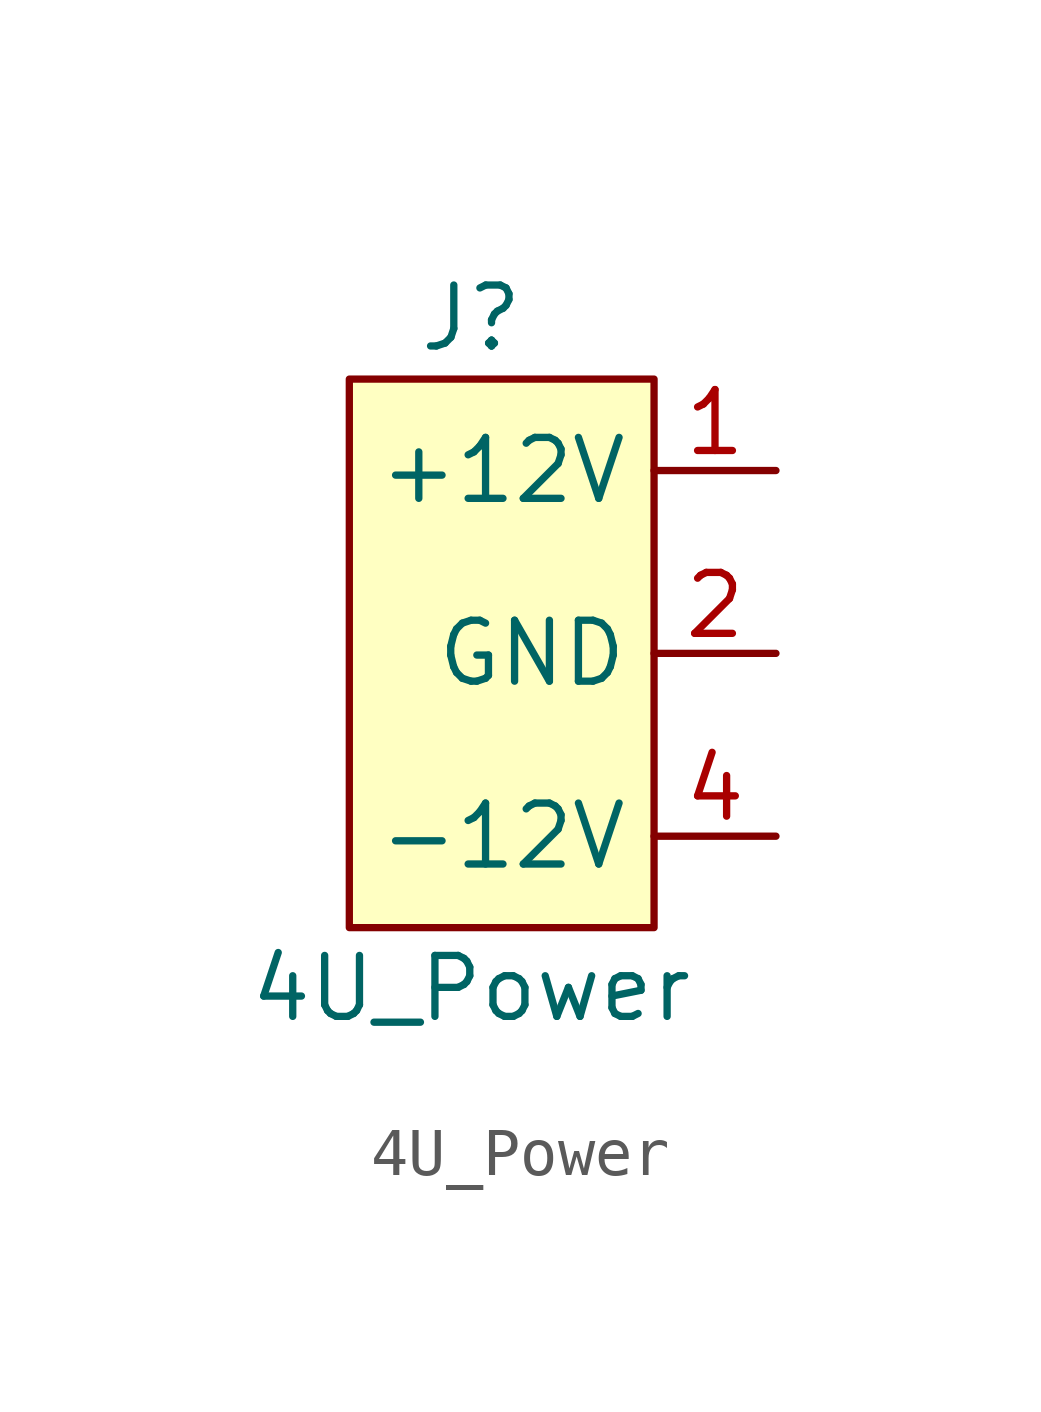
<source format=kicad_sym>
(kicad_symbol_lib
  (version 20211014)
  (generator kicad_symbol_editor)
  (symbol "4U_Power"
    (property "Reference" "J"
      (at 0 6.985 0)
      (effects (font (size 1.27 1.27))))
    (property "Value" "4U_Power"
      (at 0 -6.985 0)
      (effects (font (size 1.27 1.27))))
    (symbol "4U_Power_0_1"
      (rectangle (start -2.54 5.715) (end 3.81 -5.715) (stroke (width 0.152) (type default) (color 0 0 0 0)) (fill (type background))))
    (symbol "4U_Power_1_1"
      (pin power_out line (at 6.35 3.81 180) (length 2.54) (name "+12V" (effects (font (size 1.27 1.27)))) (number "1" (effects (font (size 1.27 1.27)))))
      (pin power_out line (at 6.35 0 180) (length 2.54) (name "GND" (effects (font (size 1.27 1.27)))) (number "2" (effects (font (size 1.27 1.27)))))
      (pin passive line (at 6.35 0 180) (length 2.54) hide (name "GND" (effects (font (size 1.27 1.27)))) (number "3" (effects (font (size 1.27 1.27)))))
      (pin power_out line (at 6.35 -3.81 180) (length 2.54) (name "-12V" (effects (font (size 1.27 1.27)))) (number "4" (effects (font (size 1.27 1.27))))))))
</source>
